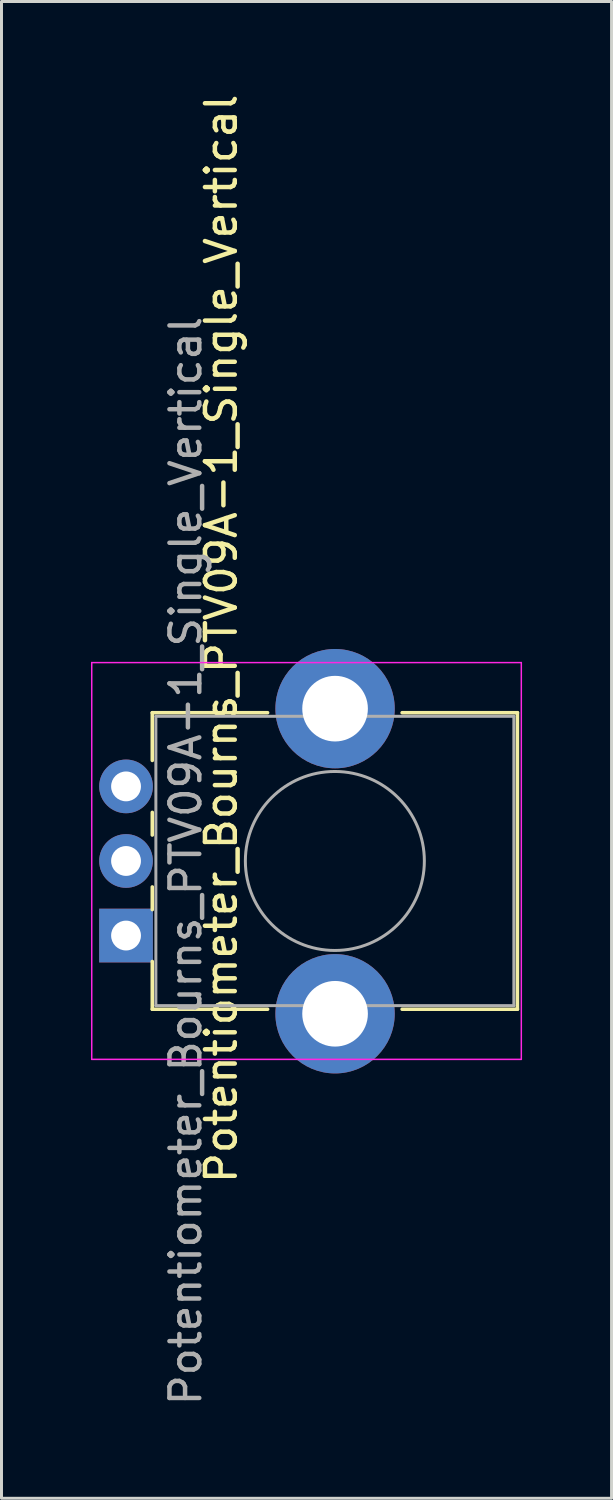
<source format=kicad_pcb>
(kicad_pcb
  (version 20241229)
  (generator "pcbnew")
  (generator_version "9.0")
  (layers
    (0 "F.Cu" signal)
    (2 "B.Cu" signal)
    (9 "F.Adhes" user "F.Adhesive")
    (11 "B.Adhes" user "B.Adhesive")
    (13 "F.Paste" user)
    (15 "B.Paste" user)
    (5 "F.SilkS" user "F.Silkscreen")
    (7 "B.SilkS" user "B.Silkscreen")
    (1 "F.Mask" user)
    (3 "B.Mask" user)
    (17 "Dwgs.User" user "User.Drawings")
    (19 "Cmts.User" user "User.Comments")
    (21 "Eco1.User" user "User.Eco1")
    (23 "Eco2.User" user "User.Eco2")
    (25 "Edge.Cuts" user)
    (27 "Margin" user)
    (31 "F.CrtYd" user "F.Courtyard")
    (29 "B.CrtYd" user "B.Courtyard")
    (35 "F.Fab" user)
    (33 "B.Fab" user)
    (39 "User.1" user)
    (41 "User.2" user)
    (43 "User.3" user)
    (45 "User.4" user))
  (footprint "Potentiometer_Bourns_PTV09A-1_Single_Vertical"
    (layer "F.Cu")
    (at 1.175 28.311)
    (property "Reference" "Potentiometer_Bourns_PTV09A-1_Single_Vertical" (at 3.19 -9.948 90) (unlocked yes) (layer "F.SilkS") (effects (font (size 1 1) (thickness 0.15))))
    (attr through_hole)
    (fp_line (start 0.88 -7.47) (end 0.88 -5.871) (stroke (width 0.12) (type solid)) (layer "F.SilkS"))
    (fp_line (start 0.88 -7.47) (end 4.745 -7.47) (stroke (width 0.12) (type solid)) (layer "F.SilkS"))
    (fp_line (start 0.88 -4.129) (end 0.88 -3.37) (stroke (width 0.12) (type solid)) (layer "F.SilkS"))
    (fp_line (start 0.88 -1.629) (end 0.88 -0.87) (stroke (width 0.12) (type solid)) (layer "F.SilkS"))
    (fp_line (start 0.88 0.87) (end 0.88 2.47) (stroke (width 0.12) (type solid)) (layer "F.SilkS"))
    (fp_line (start 0.88 2.47) (end 4.745 2.47) (stroke (width 0.12) (type solid)) (layer "F.SilkS"))
    (fp_line (start 9.255 -7.47) (end 13.12 -7.47) (stroke (width 0.12) (type solid)) (layer "F.SilkS"))
    (fp_line (start 9.255 2.47) (end 13.12 2.47) (stroke (width 0.12) (type solid)) (layer "F.SilkS"))
    (fp_line (start 13.12 -7.47) (end 13.12 2.47) (stroke (width 0.12) (type solid)) (layer "F.SilkS"))
    (fp_line (start -1.15 -9.15) (end -1.15 4.15) (stroke (width 0.05) (type solid)) (layer "F.CrtYd"))
    (fp_line (start -1.15 4.15) (end 13.25 4.15) (stroke (width 0.05) (type solid)) (layer "F.CrtYd"))
    (fp_line (start 13.25 -9.15) (end -1.15 -9.15) (stroke (width 0.05) (type solid)) (layer "F.CrtYd"))
    (fp_line (start 13.25 4.15) (end 13.25 -9.15) (stroke (width 0.05) (type solid)) (layer "F.CrtYd"))
    (fp_line (start 1 -7.35) (end 1 2.35) (stroke (width 0.1) (type solid)) (layer "F.Fab"))
    (fp_line (start 1 2.35) (end 13 2.35) (stroke (width 0.1) (type solid)) (layer "F.Fab"))
    (fp_line (start 13 -7.35) (end 1 -7.35) (stroke (width 0.1) (type solid)) (layer "F.Fab"))
    (fp_line (start 13 2.35) (end 13 -7.35) (stroke (width 0.1) (type solid)) (layer "F.Fab"))
    (fp_circle (center 7 -2.5) (end 10 -2.5) (stroke (width 0.1) (type solid)) (fill no) (layer "F.Fab"))
    (fp_text user "${REFERENCE}" (at 2 -2.5 90) (layer "F.Fab") (effects (font (size 1 1) (thickness 0.15))))
    (pad "" np_thru_hole circle (at 7.007 -7.606) (size 4 4) (drill 2.2) (layers "*.Cu" "*.Mask"))
    (pad "" np_thru_hole circle (at 7.007 2.622) (size 4 4) (drill 2.2) (layers "*.Cu" "*.Mask"))
    (pad "1" thru_hole rect (at 0 0) (size 1.8 1.8) (drill 1) (layers "*.Cu" "*.Mask"))
    (pad "2" thru_hole circle (at 0 -2.5) (size 1.8 1.8) (drill 1) (layers "*.Cu" "*.Mask"))
    (pad "3" thru_hole circle (at 0 -5) (size 1.8 1.8) (drill 1) (layers "*.Cu" "*.Mask")))
  (gr_rect
    (start -3 -3)
    (end 17.45 47.174)
    (stroke (width 0.1) (type default))
    (fill no)
    (layer "Edge.Cuts")))
</source>
